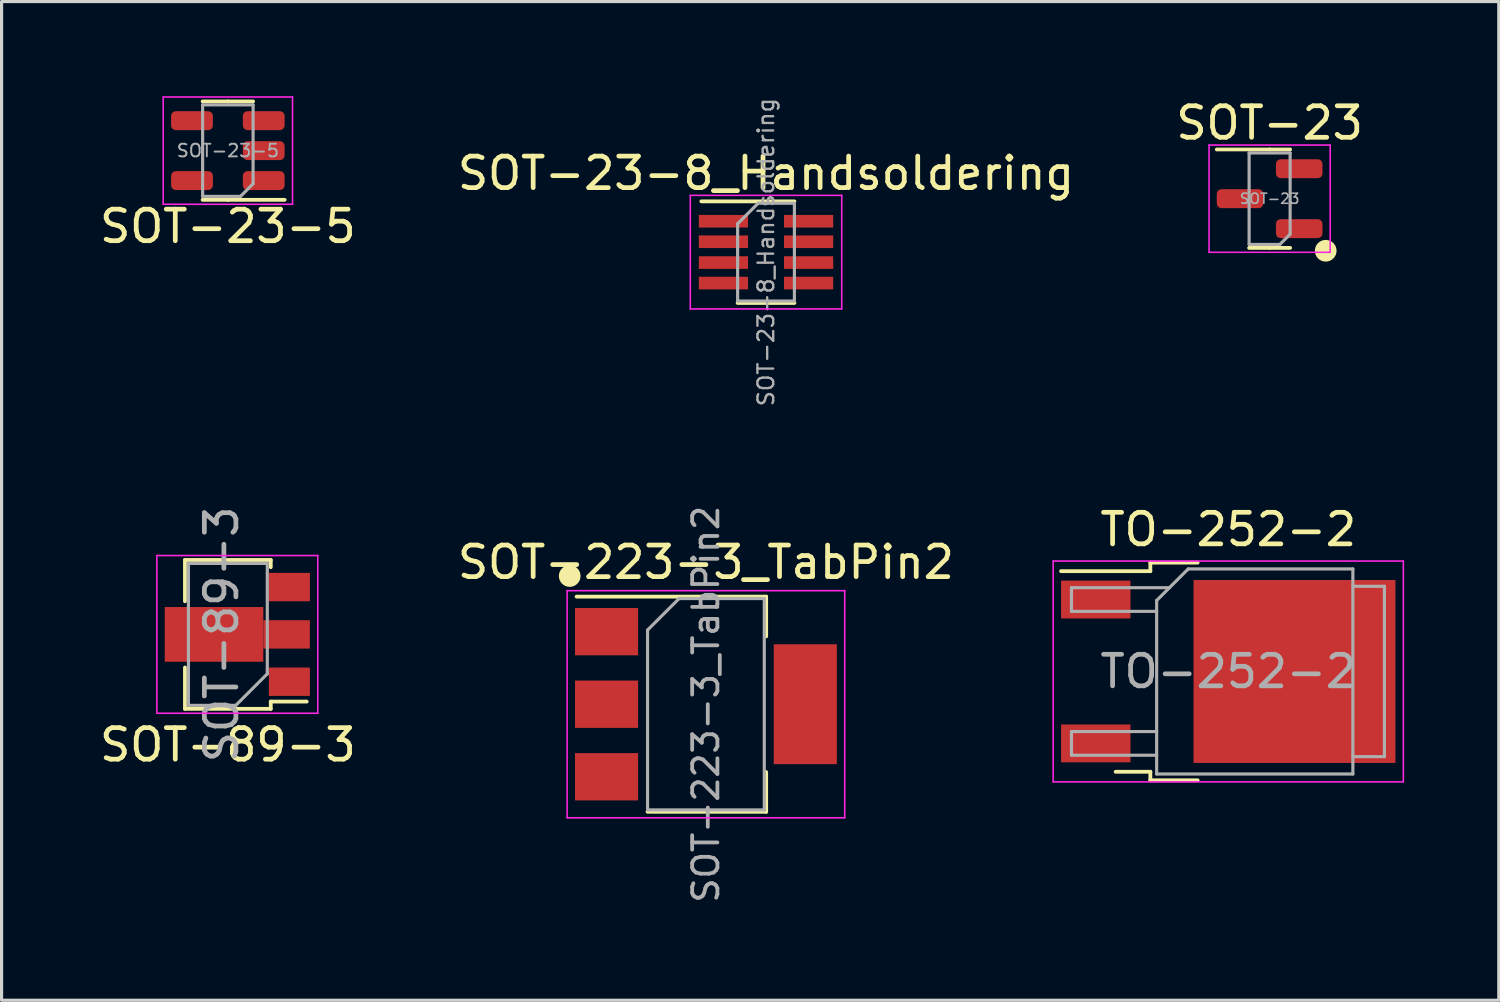
<source format=kicad_pcb>
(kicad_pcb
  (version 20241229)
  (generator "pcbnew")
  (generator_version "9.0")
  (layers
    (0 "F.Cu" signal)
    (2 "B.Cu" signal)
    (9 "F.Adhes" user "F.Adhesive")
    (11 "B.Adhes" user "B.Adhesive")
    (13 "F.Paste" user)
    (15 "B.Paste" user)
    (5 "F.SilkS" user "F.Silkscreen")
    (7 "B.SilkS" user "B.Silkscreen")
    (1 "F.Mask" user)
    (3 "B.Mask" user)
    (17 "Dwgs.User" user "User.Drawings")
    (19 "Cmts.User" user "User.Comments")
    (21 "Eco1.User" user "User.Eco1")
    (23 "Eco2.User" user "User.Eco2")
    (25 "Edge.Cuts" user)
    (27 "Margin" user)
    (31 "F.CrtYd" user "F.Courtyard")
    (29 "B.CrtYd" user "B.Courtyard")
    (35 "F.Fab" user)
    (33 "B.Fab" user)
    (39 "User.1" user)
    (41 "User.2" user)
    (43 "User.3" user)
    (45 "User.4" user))
  (footprint "TO-252-2"
    (layer "F.Cu")
    (at 37.985 18.235)
    (property "Reference" "TO-252-2" (at -2.1 -4.5 0) (layer "F.SilkS") (effects (font (size 1 1) (thickness 0.15))))
    (attr smd)
    (fp_line (start -4.57 -3.45) (end -4.57 -3.18) (stroke (width 0.12) (type solid)) (layer "F.SilkS"))
    (fp_line (start -4.57 -3.18) (end -7.4 -3.18) (stroke (width 0.12) (type solid)) (layer "F.SilkS"))
    (fp_line (start -4.57 3.18) (end -5.67 3.18) (stroke (width 0.12) (type solid)) (layer "F.SilkS"))
    (fp_line (start -4.57 3.45) (end -4.57 3.18) (stroke (width 0.12) (type solid)) (layer "F.SilkS"))
    (fp_line (start -3.07 -3.45) (end -4.57 -3.45) (stroke (width 0.12) (type solid)) (layer "F.SilkS"))
    (fp_line (start -3.07 3.45) (end -4.57 3.45) (stroke (width 0.12) (type solid)) (layer "F.SilkS"))
    (fp_line (start -7.65 -3.5) (end -7.65 3.5) (stroke (width 0.05) (type solid)) (layer "F.CrtYd"))
    (fp_line (start -7.65 3.5) (end 3.45 3.5) (stroke (width 0.05) (type solid)) (layer "F.CrtYd"))
    (fp_line (start 3.45 -3.5) (end -7.65 -3.5) (stroke (width 0.05) (type solid)) (layer "F.CrtYd"))
    (fp_line (start 3.45 3.5) (end 3.45 -3.5) (stroke (width 0.05) (type solid)) (layer "F.CrtYd"))
    (fp_line (start -7.07 -2.655) (end -7.07 -1.905) (stroke (width 0.1) (type solid)) (layer "F.Fab"))
    (fp_line (start -7.07 -1.905) (end -4.37 -1.905) (stroke (width 0.1) (type solid)) (layer "F.Fab"))
    (fp_line (start -7.07 1.905) (end -7.07 2.655) (stroke (width 0.1) (type solid)) (layer "F.Fab"))
    (fp_line (start -7.07 2.655) (end -4.37 2.655) (stroke (width 0.1) (type solid)) (layer "F.Fab"))
    (fp_line (start -4.37 -2.25) (end -3.37 -3.25) (stroke (width 0.1) (type solid)) (layer "F.Fab"))
    (fp_line (start -4.37 1.905) (end -7.07 1.905) (stroke (width 0.1) (type solid)) (layer "F.Fab"))
    (fp_line (start -4.37 3.25) (end -4.37 -2.25) (stroke (width 0.1) (type solid)) (layer "F.Fab"))
    (fp_line (start -3.965 -2.655) (end -7.07 -2.655) (stroke (width 0.1) (type solid)) (layer "F.Fab"))
    (fp_line (start -3.37 -3.25) (end 1.85 -3.25) (stroke (width 0.1) (type solid)) (layer "F.Fab"))
    (fp_line (start 1.85 -3.25) (end 1.85 3.25) (stroke (width 0.1) (type solid)) (layer "F.Fab"))
    (fp_line (start 1.85 -2.7) (end 2.85 -2.7) (stroke (width 0.1) (type solid)) (layer "F.Fab"))
    (fp_line (start 1.85 3.25) (end -4.37 3.25) (stroke (width 0.1) (type solid)) (layer "F.Fab"))
    (fp_line (start 2.85 -2.7) (end 2.85 2.7) (stroke (width 0.1) (type solid)) (layer "F.Fab"))
    (fp_line (start 2.85 2.7) (end 1.85 2.7) (stroke (width 0.1) (type solid)) (layer "F.Fab"))
    (fp_text user "${REFERENCE}" (at -2.1 0 0) (layer "F.Fab") (effects (font (size 1 1) (thickness 0.15))))
    (pad "" smd rect (at -1.675 -1.525) (size 3.05 2.75) (layers "F.Paste"))
    (pad "" smd rect (at -1.675 1.525) (size 3.05 2.75) (layers "F.Paste"))
    (pad "" smd rect (at 1.675 -1.525) (size 3.05 2.75) (layers "F.Paste"))
    (pad "" smd rect (at 1.675 1.525) (size 3.05 2.75) (layers "F.Paste"))
    (pad "1" smd rect (at -6.3 -2.28) (size 2.2 1.2) (layers "F.Cu" "F.Mask" "F.Paste"))
    (pad "2" smd rect (at 0 0) (size 6.4 5.8) (layers "F.Cu" "F.Mask"))
    (pad "3" smd rect (at -6.3 2.28) (size 2.2 1.2) (layers "F.Cu" "F.Mask" "F.Paste")))
  (footprint "SOT-23"
    (layer "F.Cu")
    (at 37.196 3.248)
    (property "Reference" "SOT-23" (at 0 -2.4 0) (layer "F.SilkS") (effects (font (size 1 1) (thickness 0.15))))
    (attr smd)
    (fp_line (start 0 -1.56) (end -1.675 -1.56) (stroke (width 0.12) (type solid)) (layer "F.SilkS"))
    (fp_line (start 0 -1.56) (end 0.65 -1.56) (stroke (width 0.12) (type solid)) (layer "F.SilkS"))
    (fp_line (start 0 1.56) (end -0.65 1.56) (stroke (width 0.12) (type solid)) (layer "F.SilkS"))
    (fp_line (start 0 1.56) (end 0.65 1.56) (stroke (width 0.12) (type solid)) (layer "F.SilkS"))
    (fp_circle (center 1.778 1.651) (end 2.062 1.651) (stroke (width 0.12) (type solid)) (fill yes) (layer "F.SilkS"))
    (fp_line (start -1.92 -1.7) (end -1.92 1.7) (stroke (width 0.05) (type solid)) (layer "F.CrtYd"))
    (fp_line (start -1.92 1.7) (end 1.92 1.7) (stroke (width 0.05) (type solid)) (layer "F.CrtYd"))
    (fp_line (start 1.92 -1.7) (end -1.92 -1.7) (stroke (width 0.05) (type solid)) (layer "F.CrtYd"))
    (fp_line (start 1.92 1.7) (end 1.92 -1.7) (stroke (width 0.05) (type solid)) (layer "F.CrtYd"))
    (fp_line (start -0.65 -1.45) (end 0.65 -1.45) (stroke (width 0.1) (type solid)) (layer "F.Fab"))
    (fp_line (start -0.65 1.45) (end -0.65 -1.45) (stroke (width 0.1) (type solid)) (layer "F.Fab"))
    (fp_line (start 0.325 1.45) (end -0.65 1.45) (stroke (width 0.1) (type solid)) (layer "F.Fab"))
    (fp_line (start 0.65 -1.45) (end 0.65 1.125) (stroke (width 0.1) (type solid)) (layer "F.Fab"))
    (fp_line (start 0.65 1.125) (end 0.325 1.45) (stroke (width 0.1) (type solid)) (layer "F.Fab"))
    (fp_text user "${REFERENCE}" (at 0 0 180) (layer "F.Fab") (effects (font (size 0.32 0.32) (thickness 0.05))))
    (pad "1" smd roundrect (at 0.938 0.95 180) (size 1.475 0.6) (layers "F.Cu" "F.Mask" "F.Paste") (roundrect_rratio 0.25))
    (pad "2" smd roundrect (at 0.938 -0.95 180) (size 1.475 0.6) (layers "F.Cu" "F.Mask" "F.Paste") (roundrect_rratio 0.25))
    (pad "3" smd roundrect (at -0.938 0 180) (size 1.475 0.6) (layers "F.Cu" "F.Mask" "F.Paste") (roundrect_rratio 0.25)))
  (footprint "SOT-223-3_TabPin2"
    (layer "F.Cu")
    (at 19.327 19.273)
    (property "Reference" "SOT-223-3_TabPin2" (at 0 -4.5 0) (layer "F.SilkS") (effects (font (size 1 1) (thickness 0.15))))
    (attr smd)
    (fp_line (start -4.1 -3.41) (end 1.91 -3.41) (stroke (width 0.12) (type solid)) (layer "F.SilkS"))
    (fp_line (start -1.85 3.41) (end 1.91 3.41) (stroke (width 0.12) (type solid)) (layer "F.SilkS"))
    (fp_line (start 1.91 -3.41) (end 1.91 -2.15) (stroke (width 0.12) (type solid)) (layer "F.SilkS"))
    (fp_line (start 1.91 3.41) (end 1.91 2.15) (stroke (width 0.12) (type solid)) (layer "F.SilkS"))
    (fp_circle (center -4.318 -4.064) (end -4.034 -4.064) (stroke (width 0.12) (type solid)) (fill yes) (layer "F.SilkS"))
    (fp_line (start -4.4 -3.6) (end -4.4 3.6) (stroke (width 0.05) (type solid)) (layer "F.CrtYd"))
    (fp_line (start -4.4 3.6) (end 4.4 3.6) (stroke (width 0.05) (type solid)) (layer "F.CrtYd"))
    (fp_line (start 4.4 -3.6) (end -4.4 -3.6) (stroke (width 0.05) (type solid)) (layer "F.CrtYd"))
    (fp_line (start 4.4 3.6) (end 4.4 -3.6) (stroke (width 0.05) (type solid)) (layer "F.CrtYd"))
    (fp_line (start -1.85 -2.35) (end -1.85 3.35) (stroke (width 0.1) (type solid)) (layer "F.Fab"))
    (fp_line (start -1.85 -2.35) (end -0.85 -3.35) (stroke (width 0.1) (type solid)) (layer "F.Fab"))
    (fp_line (start -1.85 3.35) (end 1.85 3.35) (stroke (width 0.1) (type solid)) (layer "F.Fab"))
    (fp_line (start -0.85 -3.35) (end 1.85 -3.35) (stroke (width 0.1) (type solid)) (layer "F.Fab"))
    (fp_line (start 1.85 -3.35) (end 1.85 3.35) (stroke (width 0.1) (type solid)) (layer "F.Fab"))
    (fp_text user "${REFERENCE}" (at 0 0 90) (layer "F.Fab") (effects (font (size 0.8 0.8) (thickness 0.12))))
    (pad "1" smd rect (at -3.15 -2.3) (size 2 1.5) (layers "F.Cu" "F.Mask" "F.Paste"))
    (pad "2" smd rect (at -3.15 0) (size 2 1.5) (layers "F.Cu" "F.Mask" "F.Paste"))
    (pad "2" smd rect (at 3.15 0) (size 2 3.8) (layers "F.Cu" "F.Mask" "F.Paste"))
    (pad "3" smd rect (at -3.15 2.3) (size 2 1.5) (layers "F.Cu" "F.Mask" "F.Paste")))
  (footprint "SOT-23-8_Handsoldering"
    (layer "F.Cu")
    (at 21.232 4.943)
    (property "Reference" "SOT-23-8_Handsoldering" (at 0 -2.5 0) (layer "F.SilkS") (effects (font (size 1 1) (thickness 0.15))))
    (attr smd)
    (fp_line (start -0.9 1.61) (end 0.9 1.61) (stroke (width 0.12) (type solid)) (layer "F.SilkS"))
    (fp_line (start 0.9 -1.61) (end -2.05 -1.61) (stroke (width 0.12) (type solid)) (layer "F.SilkS"))
    (fp_line (start -2.4 -1.8) (end 2.4 -1.8) (stroke (width 0.05) (type solid)) (layer "F.CrtYd"))
    (fp_line (start -2.4 1.8) (end -2.4 -1.8) (stroke (width 0.05) (type solid)) (layer "F.CrtYd"))
    (fp_line (start 2.4 -1.8) (end 2.4 1.8) (stroke (width 0.05) (type solid)) (layer "F.CrtYd"))
    (fp_line (start 2.4 1.8) (end -2.4 1.8) (stroke (width 0.05) (type solid)) (layer "F.CrtYd"))
    (fp_line (start -0.9 -0.9) (end -0.9 1.55) (stroke (width 0.1) (type solid)) (layer "F.Fab"))
    (fp_line (start -0.9 -0.9) (end -0.25 -1.55) (stroke (width 0.1) (type solid)) (layer "F.Fab"))
    (fp_line (start 0.9 -1.55) (end -0.25 -1.55) (stroke (width 0.1) (type solid)) (layer "F.Fab"))
    (fp_line (start 0.9 -1.55) (end 0.9 1.55) (stroke (width 0.1) (type solid)) (layer "F.Fab"))
    (fp_line (start 0.9 1.55) (end -0.9 1.55) (stroke (width 0.1) (type solid)) (layer "F.Fab"))
    (fp_text user "${REFERENCE}" (at 0 0 90) (layer "F.Fab") (effects (font (size 0.5 0.5) (thickness 0.075))))
    (pad "1" smd rect (at -1.35 -0.98) (size 1.56 0.4) (layers "F.Cu" "F.Mask" "F.Paste"))
    (pad "2" smd rect (at -1.35 -0.33) (size 1.56 0.4) (layers "F.Cu" "F.Mask" "F.Paste"))
    (pad "3" smd rect (at -1.35 0.33) (size 1.56 0.4) (layers "F.Cu" "F.Mask" "F.Paste"))
    (pad "4" smd rect (at -1.35 0.98) (size 1.56 0.4) (layers "F.Cu" "F.Mask" "F.Paste"))
    (pad "5" smd rect (at 1.35 0.98) (size 1.56 0.4) (layers "F.Cu" "F.Mask" "F.Paste"))
    (pad "6" smd rect (at 1.35 0.33) (size 1.56 0.4) (layers "F.Cu" "F.Mask" "F.Paste"))
    (pad "7" smd rect (at 1.35 -0.33) (size 1.56 0.4) (layers "F.Cu" "F.Mask" "F.Paste"))
    (pad "8" smd rect (at 1.35 -0.98) (size 1.56 0.4) (layers "F.Cu" "F.Mask" "F.Paste")))
  (footprint "SOT-23-5"
    (layer "F.Cu")
    (at 4.173 1.725)
    (property "Reference" "SOT-23-5" (at 0 2.4 180) (layer "F.SilkS") (effects (font (size 1 1) (thickness 0.15))))
    (attr smd)
    (fp_line (start 0 -1.56) (end -0.8 -1.56) (stroke (width 0.12) (type solid)) (layer "F.SilkS"))
    (fp_line (start 0 -1.56) (end 0.8 -1.56) (stroke (width 0.12) (type solid)) (layer "F.SilkS"))
    (fp_line (start 0 1.56) (end -0.8 1.56) (stroke (width 0.12) (type solid)) (layer "F.SilkS"))
    (fp_line (start 0 1.56) (end 1.8 1.56) (stroke (width 0.12) (type solid)) (layer "F.SilkS"))
    (fp_line (start -2.05 -1.7) (end -2.05 1.7) (stroke (width 0.05) (type solid)) (layer "F.CrtYd"))
    (fp_line (start -2.05 1.7) (end 2.05 1.7) (stroke (width 0.05) (type solid)) (layer "F.CrtYd"))
    (fp_line (start 2.05 -1.7) (end -2.05 -1.7) (stroke (width 0.05) (type solid)) (layer "F.CrtYd"))
    (fp_line (start 2.05 1.7) (end 2.05 -1.7) (stroke (width 0.05) (type solid)) (layer "F.CrtYd"))
    (fp_line (start -0.8 -1.45) (end 0.8 -1.45) (stroke (width 0.1) (type solid)) (layer "F.Fab"))
    (fp_line (start -0.8 1.45) (end -0.8 -1.45) (stroke (width 0.1) (type solid)) (layer "F.Fab"))
    (fp_line (start 0.4 1.45) (end -0.8 1.45) (stroke (width 0.1) (type solid)) (layer "F.Fab"))
    (fp_line (start 0.8 -1.45) (end 0.8 1.05) (stroke (width 0.1) (type solid)) (layer "F.Fab"))
    (fp_line (start 0.8 1.05) (end 0.4 1.45) (stroke (width 0.1) (type solid)) (layer "F.Fab"))
    (fp_text user "${REFERENCE}" (at 0 0 180) (layer "F.Fab") (effects (font (size 0.4 0.4) (thickness 0.06))))
    (pad "1" smd roundrect (at 1.137 0.95 180) (size 1.325 0.6) (layers "F.Cu" "F.Mask" "F.Paste") (roundrect_rratio 0.25))
    (pad "2" smd roundrect (at 1.137 0 180) (size 1.325 0.6) (layers "F.Cu" "F.Mask" "F.Paste") (roundrect_rratio 0.25))
    (pad "3" smd roundrect (at 1.137 -0.95 180) (size 1.325 0.6) (layers "F.Cu" "F.Mask" "F.Paste") (roundrect_rratio 0.25))
    (pad "4" smd roundrect (at -1.137 -0.95 180) (size 1.325 0.6) (layers "F.Cu" "F.Mask" "F.Paste") (roundrect_rratio 0.25))
    (pad "5" smd roundrect (at -1.137 0.95 180) (size 1.325 0.6) (layers "F.Cu" "F.Mask" "F.Paste") (roundrect_rratio 0.25)))
  (footprint "SOT-89-3"
    (layer "F.Cu")
    (at 4.473 17.06)
    (property "Reference" "SOT-89-3" (at -0.3 3.5 180) (layer "F.SilkS") (effects (font (size 1 1) (thickness 0.15))))
    (attr smd)
    (fp_line (start -1.66 -2.36) (end 1.06 -2.36) (stroke (width 0.12) (type solid)) (layer "F.SilkS"))
    (fp_line (start -1.66 -1.05) (end -1.66 -2.36) (stroke (width 0.12) (type solid)) (layer "F.SilkS"))
    (fp_line (start -1.66 2.36) (end -1.66 1.05) (stroke (width 0.12) (type solid)) (layer "F.SilkS"))
    (fp_line (start 1.06 -2.36) (end 1.06 -2.13) (stroke (width 0.12) (type solid)) (layer "F.SilkS"))
    (fp_line (start 1.06 2.36) (end -1.66 2.36) (stroke (width 0.12) (type solid)) (layer "F.SilkS"))
    (fp_line (start 1.06 2.36) (end 1.06 2.13) (stroke (width 0.12) (type solid)) (layer "F.SilkS"))
    (fp_line (start 2.2 2.13) (end 1.06 2.13) (stroke (width 0.12) (type solid)) (layer "F.SilkS"))
    (fp_line (start -2.55 2.5) (end -2.55 -2.5) (stroke (width 0.05) (type solid)) (layer "F.CrtYd"))
    (fp_line (start -2.55 2.5) (end 2.55 2.5) (stroke (width 0.05) (type solid)) (layer "F.CrtYd"))
    (fp_line (start 2.55 -2.5) (end -2.55 -2.5) (stroke (width 0.05) (type solid)) (layer "F.CrtYd"))
    (fp_line (start 2.55 -2.5) (end 2.55 2.5) (stroke (width 0.05) (type solid)) (layer "F.CrtYd"))
    (fp_line (start -1.55 -2.25) (end 0.95 -2.25) (stroke (width 0.1) (type solid)) (layer "F.Fab"))
    (fp_line (start -1.55 2.25) (end -1.55 -2.25) (stroke (width 0.1) (type solid)) (layer "F.Fab"))
    (fp_line (start -0.05 2.25) (end -1.55 2.25) (stroke (width 0.1) (type solid)) (layer "F.Fab"))
    (fp_line (start 0.95 -2.25) (end 0.95 1.25) (stroke (width 0.1) (type solid)) (layer "F.Fab"))
    (fp_line (start 0.95 1.25) (end -0.05 2.25) (stroke (width 0.1) (type solid)) (layer "F.Fab"))
    (fp_text user "${REFERENCE}" (at -0.5 0 270) (layer "F.Fab") (effects (font (size 1 1) (thickness 0.15))))
    (pad "1" smd rect (at 1.65 1.5 180) (size 1.3 0.9) (layers "F.Cu" "F.Mask" "F.Paste"))
    (pad "2" smd custom (at 1.562 0 180) (size 1.475 0.9) (layers "F.Cu" "F.Mask" "F.Paste") (options (anchor rect)) (primitives (gr_poly (pts (xy 3.862 0.867) (xy 0.738 0.867) (xy 0.738 -0.867) (xy 3.862 -0.867)) (width 0) (fill yes))))
    (pad "3" smd rect (at 1.65 -1.5 180) (size 1.3 0.9) (layers "F.Cu" "F.Mask" "F.Paste")))
  (gr_rect
    (start -3 -3)
    (end 44.46 28.658)
    (stroke (width 0.1) (type default))
    (fill no)
    (layer "Edge.Cuts")))
</source>
